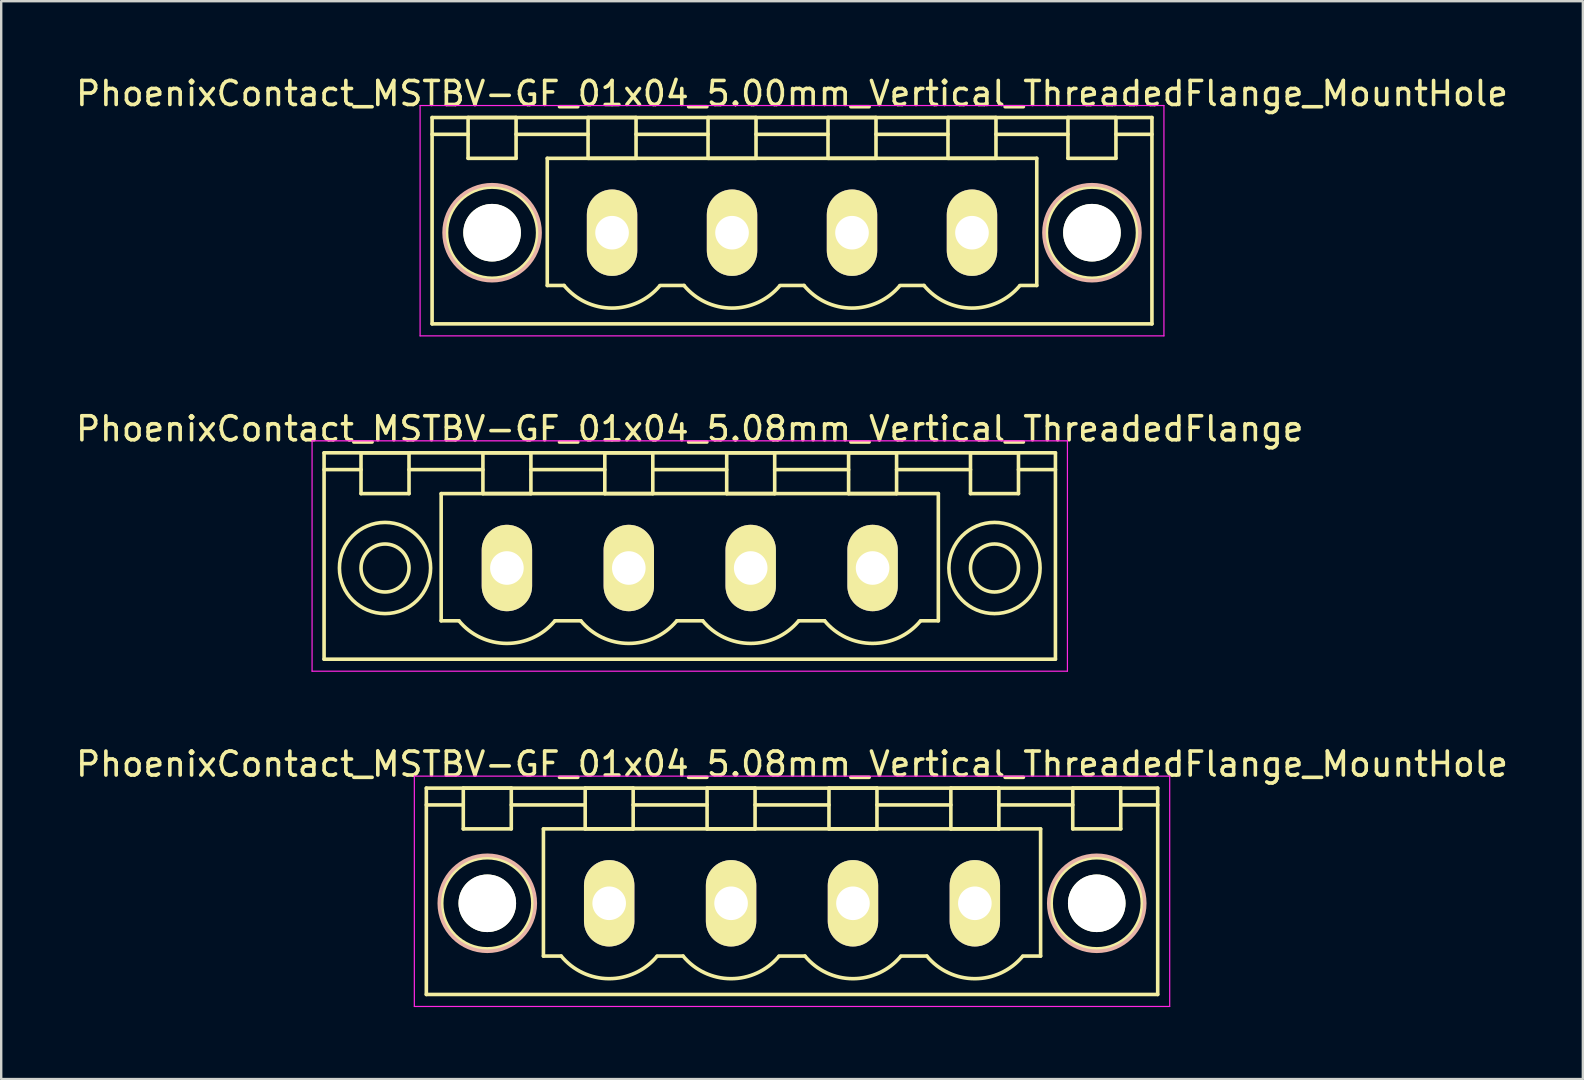
<source format=kicad_pcb>
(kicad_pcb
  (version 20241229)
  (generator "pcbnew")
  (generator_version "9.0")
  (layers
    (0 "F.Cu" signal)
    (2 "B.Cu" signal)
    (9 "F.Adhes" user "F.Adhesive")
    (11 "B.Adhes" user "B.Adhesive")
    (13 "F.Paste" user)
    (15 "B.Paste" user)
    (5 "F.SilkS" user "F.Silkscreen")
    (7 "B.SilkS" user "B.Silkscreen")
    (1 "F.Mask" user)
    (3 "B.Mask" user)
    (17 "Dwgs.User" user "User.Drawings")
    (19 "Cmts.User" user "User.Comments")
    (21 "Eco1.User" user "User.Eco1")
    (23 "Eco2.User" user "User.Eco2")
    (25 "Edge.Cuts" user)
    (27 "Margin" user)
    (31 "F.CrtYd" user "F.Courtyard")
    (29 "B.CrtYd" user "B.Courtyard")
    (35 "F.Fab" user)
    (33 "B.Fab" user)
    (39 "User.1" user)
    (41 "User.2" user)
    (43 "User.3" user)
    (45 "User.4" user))
  (footprint "PhoenixContact_MSTBV-GF_01x04_5.00mm_Vertical_ThreadedFlange_MountHole"
    (layer "F.Cu")
    (at 22.458 6.648)
    (property "Reference" "PhoenixContact_MSTBV-GF_01x04_5.00mm_Vertical_ThreadedFlange_MountHole" (at 7.5 -5.8 0) (layer "F.SilkS") (effects (font (size 1 1) (thickness 0.15))))
    (attr through_hole)
    (fp_line (start -7.5 -4.8) (end -7.5 3.8) (stroke (width 0.15) (type solid)) (layer "F.SilkS"))
    (fp_line (start -7.5 -4.1) (end -6 -4.1) (stroke (width 0.15) (type solid)) (layer "F.SilkS"))
    (fp_line (start -7.5 3.8) (end 22.5 3.8) (stroke (width 0.15) (type solid)) (layer "F.SilkS"))
    (fp_line (start -6 -4.8) (end -4 -4.8) (stroke (width 0.15) (type solid)) (layer "F.SilkS"))
    (fp_line (start -6 -3.1) (end -6 -4.8) (stroke (width 0.15) (type solid)) (layer "F.SilkS"))
    (fp_line (start -4 -4.8) (end -4 -3.1) (stroke (width 0.15) (type solid)) (layer "F.SilkS"))
    (fp_line (start -4 -4.1) (end -1 -4.1) (stroke (width 0.15) (type solid)) (layer "F.SilkS"))
    (fp_line (start -4 -3.1) (end -6 -3.1) (stroke (width 0.15) (type solid)) (layer "F.SilkS"))
    (fp_line (start -2.7 -3.1) (end 17.7 -3.1) (stroke (width 0.15) (type solid)) (layer "F.SilkS"))
    (fp_line (start -2.7 2.2) (end -2.7 -3.1) (stroke (width 0.15) (type solid)) (layer "F.SilkS"))
    (fp_line (start -2 2.2) (end -2.7 2.2) (stroke (width 0.15) (type solid)) (layer "F.SilkS"))
    (fp_line (start -1 -4.8) (end 1 -4.8) (stroke (width 0.15) (type solid)) (layer "F.SilkS"))
    (fp_line (start -1 -3.1) (end -1 -4.8) (stroke (width 0.15) (type solid)) (layer "F.SilkS"))
    (fp_line (start 1 -4.8) (end 1 -3.1) (stroke (width 0.15) (type solid)) (layer "F.SilkS"))
    (fp_line (start 1 -4.1) (end 4 -4.1) (stroke (width 0.15) (type solid)) (layer "F.SilkS"))
    (fp_line (start 1 -3.1) (end -1 -3.1) (stroke (width 0.15) (type solid)) (layer "F.SilkS"))
    (fp_line (start 2 2.2) (end 3 2.2) (stroke (width 0.15) (type solid)) (layer "F.SilkS"))
    (fp_line (start 4 -4.8) (end 6 -4.8) (stroke (width 0.15) (type solid)) (layer "F.SilkS"))
    (fp_line (start 4 -3.1) (end 4 -4.8) (stroke (width 0.15) (type solid)) (layer "F.SilkS"))
    (fp_line (start 6 -4.8) (end 6 -3.1) (stroke (width 0.15) (type solid)) (layer "F.SilkS"))
    (fp_line (start 6 -4.1) (end 9 -4.1) (stroke (width 0.15) (type solid)) (layer "F.SilkS"))
    (fp_line (start 6 -3.1) (end 4 -3.1) (stroke (width 0.15) (type solid)) (layer "F.SilkS"))
    (fp_line (start 7 2.2) (end 8 2.2) (stroke (width 0.15) (type solid)) (layer "F.SilkS"))
    (fp_line (start 9 -4.8) (end 11 -4.8) (stroke (width 0.15) (type solid)) (layer "F.SilkS"))
    (fp_line (start 9 -3.1) (end 9 -4.8) (stroke (width 0.15) (type solid)) (layer "F.SilkS"))
    (fp_line (start 11 -4.8) (end 11 -3.1) (stroke (width 0.15) (type solid)) (layer "F.SilkS"))
    (fp_line (start 11 -4.1) (end 14 -4.1) (stroke (width 0.15) (type solid)) (layer "F.SilkS"))
    (fp_line (start 11 -3.1) (end 9 -3.1) (stroke (width 0.15) (type solid)) (layer "F.SilkS"))
    (fp_line (start 12 2.2) (end 13 2.2) (stroke (width 0.15) (type solid)) (layer "F.SilkS"))
    (fp_line (start 14 -4.8) (end 16 -4.8) (stroke (width 0.15) (type solid)) (layer "F.SilkS"))
    (fp_line (start 14 -3.1) (end 14 -4.8) (stroke (width 0.15) (type solid)) (layer "F.SilkS"))
    (fp_line (start 16 -4.8) (end 16 -3.1) (stroke (width 0.15) (type solid)) (layer "F.SilkS"))
    (fp_line (start 16 -4.1) (end 19 -4.1) (stroke (width 0.15) (type solid)) (layer "F.SilkS"))
    (fp_line (start 16 -3.1) (end 14 -3.1) (stroke (width 0.15) (type solid)) (layer "F.SilkS"))
    (fp_line (start 17.7 -3.1) (end 17.7 2.2) (stroke (width 0.15) (type solid)) (layer "F.SilkS"))
    (fp_line (start 17.7 2.2) (end 17 2.2) (stroke (width 0.15) (type solid)) (layer "F.SilkS"))
    (fp_line (start 19 -4.8) (end 21 -4.8) (stroke (width 0.15) (type solid)) (layer "F.SilkS"))
    (fp_line (start 19 -3.1) (end 19 -4.8) (stroke (width 0.15) (type solid)) (layer "F.SilkS"))
    (fp_line (start 21 -4.8) (end 21 -3.1) (stroke (width 0.15) (type solid)) (layer "F.SilkS"))
    (fp_line (start 21 -3.1) (end 19 -3.1) (stroke (width 0.15) (type solid)) (layer "F.SilkS"))
    (fp_line (start 22.5 -4.8) (end -7.5 -4.8) (stroke (width 0.15) (type solid)) (layer "F.SilkS"))
    (fp_line (start 22.5 -4.1) (end 21 -4.1) (stroke (width 0.15) (type solid)) (layer "F.SilkS"))
    (fp_line (start 22.5 3.8) (end 22.5 -4.8) (stroke (width 0.15) (type solid)) (layer "F.SilkS"))
    (fp_arc (start 1.986842 2.215821) (mid -0.010289 3.142758) (end -2 2.2) (stroke (width 0.15) (type solid)) (layer "F.SilkS"))
    (fp_arc (start 6.986842 2.215821) (mid 4.989711 3.142758) (end 3 2.2) (stroke (width 0.15) (type solid)) (layer "F.SilkS"))
    (fp_arc (start 11.986842 2.215821) (mid 9.989711 3.142758) (end 8 2.2) (stroke (width 0.15) (type solid)) (layer "F.SilkS"))
    (fp_arc (start 16.986842 2.215821) (mid 14.989711 3.142758) (end 13 2.2) (stroke (width 0.15) (type solid)) (layer "F.SilkS"))
    (fp_circle (center -5 0) (end -4 0) (stroke (width 0.15) (type solid)) (fill no) (layer "F.SilkS"))
    (fp_circle (center -5 0) (end -3.1 0) (stroke (width 0.15) (type solid)) (fill no) (layer "F.SilkS"))
    (fp_circle (center 20 0) (end 21 0) (stroke (width 0.15) (type solid)) (fill no) (layer "F.SilkS"))
    (fp_circle (center 20 0) (end 21.9 0) (stroke (width 0.15) (type solid)) (fill no) (layer "F.SilkS"))
    (fp_circle (center -5 0) (end -3 0) (stroke (width 0.15) (type solid)) (fill no) (layer "B.SilkS"))
    (fp_circle (center 20 0) (end 22 0) (stroke (width 0.15) (type solid)) (fill no) (layer "B.SilkS"))
    (fp_line (start -8 -5.3) (end -8 4.3) (stroke (width 0.05) (type solid)) (layer "F.CrtYd"))
    (fp_line (start -8 4.3) (end 23 4.3) (stroke (width 0.05) (type solid)) (layer "F.CrtYd"))
    (fp_line (start 23 -5.3) (end -8 -5.3) (stroke (width 0.05) (type solid)) (layer "F.CrtYd"))
    (fp_line (start 23 4.3) (end 23 -5.3) (stroke (width 0.05) (type solid)) (layer "F.CrtYd"))
    (pad "" np_thru_hole circle (at -5 0) (size 2.4 2.4) (drill 2.4) (layers "*.Cu" "*.Mask" "F.SilkS"))
    (pad "" np_thru_hole circle (at 20 0) (size 2.4 2.4) (drill 2.4) (layers "*.Cu" "*.Mask" "F.SilkS"))
    (pad "1" thru_hole oval (at 0 0) (size 2.1 3.6) (drill 1.4) (layers "*.Cu" "*.Mask" "F.SilkS"))
    (pad "2" thru_hole oval (at 5 0) (size 2.1 3.6) (drill 1.4) (layers "*.Cu" "*.Mask" "F.SilkS"))
    (pad "3" thru_hole oval (at 10 0) (size 2.1 3.6) (drill 1.4) (layers "*.Cu" "*.Mask" "F.SilkS"))
    (pad "4" thru_hole oval (at 15 0) (size 2.1 3.6) (drill 1.4) (layers "*.Cu" "*.Mask" "F.SilkS")))
  (footprint "PhoenixContact_MSTBV-GF_01x04_5.08mm_Vertical_ThreadedFlange_MountHole"
    (layer "F.Cu")
    (at 22.338 34.595)
    (property "Reference" "PhoenixContact_MSTBV-GF_01x04_5.08mm_Vertical_ThreadedFlange_MountHole" (at 7.62 -5.8 0) (layer "F.SilkS") (effects (font (size 1 1) (thickness 0.15))))
    (attr through_hole)
    (fp_line (start -7.62 -4.8) (end -7.62 3.8) (stroke (width 0.15) (type solid)) (layer "F.SilkS"))
    (fp_line (start -7.62 -4.1) (end -6.08 -4.1) (stroke (width 0.15) (type solid)) (layer "F.SilkS"))
    (fp_line (start -7.62 3.8) (end 22.86 3.8) (stroke (width 0.15) (type solid)) (layer "F.SilkS"))
    (fp_line (start -6.08 -4.8) (end -4.08 -4.8) (stroke (width 0.15) (type solid)) (layer "F.SilkS"))
    (fp_line (start -6.08 -3.1) (end -6.08 -4.8) (stroke (width 0.15) (type solid)) (layer "F.SilkS"))
    (fp_line (start -4.08 -4.8) (end -4.08 -3.1) (stroke (width 0.15) (type solid)) (layer "F.SilkS"))
    (fp_line (start -4.08 -4.1) (end -1 -4.1) (stroke (width 0.15) (type solid)) (layer "F.SilkS"))
    (fp_line (start -4.08 -3.1) (end -6.08 -3.1) (stroke (width 0.15) (type solid)) (layer "F.SilkS"))
    (fp_line (start -2.74 -3.1) (end 17.98 -3.1) (stroke (width 0.15) (type solid)) (layer "F.SilkS"))
    (fp_line (start -2.74 2.2) (end -2.74 -3.1) (stroke (width 0.15) (type solid)) (layer "F.SilkS"))
    (fp_line (start -2 2.2) (end -2.74 2.2) (stroke (width 0.15) (type solid)) (layer "F.SilkS"))
    (fp_line (start -1 -4.8) (end 1 -4.8) (stroke (width 0.15) (type solid)) (layer "F.SilkS"))
    (fp_line (start -1 -3.1) (end -1 -4.8) (stroke (width 0.15) (type solid)) (layer "F.SilkS"))
    (fp_line (start 1 -4.8) (end 1 -3.1) (stroke (width 0.15) (type solid)) (layer "F.SilkS"))
    (fp_line (start 1 -4.1) (end 4.08 -4.1) (stroke (width 0.15) (type solid)) (layer "F.SilkS"))
    (fp_line (start 1 -3.1) (end -1 -3.1) (stroke (width 0.15) (type solid)) (layer "F.SilkS"))
    (fp_line (start 2 2.2) (end 3.08 2.2) (stroke (width 0.15) (type solid)) (layer "F.SilkS"))
    (fp_line (start 4.08 -4.8) (end 6.08 -4.8) (stroke (width 0.15) (type solid)) (layer "F.SilkS"))
    (fp_line (start 4.08 -3.1) (end 4.08 -4.8) (stroke (width 0.15) (type solid)) (layer "F.SilkS"))
    (fp_line (start 6.08 -4.8) (end 6.08 -3.1) (stroke (width 0.15) (type solid)) (layer "F.SilkS"))
    (fp_line (start 6.08 -4.1) (end 9.16 -4.1) (stroke (width 0.15) (type solid)) (layer "F.SilkS"))
    (fp_line (start 6.08 -3.1) (end 4.08 -3.1) (stroke (width 0.15) (type solid)) (layer "F.SilkS"))
    (fp_line (start 7.08 2.2) (end 8.16 2.2) (stroke (width 0.15) (type solid)) (layer "F.SilkS"))
    (fp_line (start 9.16 -4.8) (end 11.16 -4.8) (stroke (width 0.15) (type solid)) (layer "F.SilkS"))
    (fp_line (start 9.16 -3.1) (end 9.16 -4.8) (stroke (width 0.15) (type solid)) (layer "F.SilkS"))
    (fp_line (start 11.16 -4.8) (end 11.16 -3.1) (stroke (width 0.15) (type solid)) (layer "F.SilkS"))
    (fp_line (start 11.16 -4.1) (end 14.24 -4.1) (stroke (width 0.15) (type solid)) (layer "F.SilkS"))
    (fp_line (start 11.16 -3.1) (end 9.16 -3.1) (stroke (width 0.15) (type solid)) (layer "F.SilkS"))
    (fp_line (start 12.16 2.2) (end 13.24 2.2) (stroke (width 0.15) (type solid)) (layer "F.SilkS"))
    (fp_line (start 14.24 -4.8) (end 16.24 -4.8) (stroke (width 0.15) (type solid)) (layer "F.SilkS"))
    (fp_line (start 14.24 -3.1) (end 14.24 -4.8) (stroke (width 0.15) (type solid)) (layer "F.SilkS"))
    (fp_line (start 16.24 -4.8) (end 16.24 -3.1) (stroke (width 0.15) (type solid)) (layer "F.SilkS"))
    (fp_line (start 16.24 -4.1) (end 19.32 -4.1) (stroke (width 0.15) (type solid)) (layer "F.SilkS"))
    (fp_line (start 16.24 -3.1) (end 14.24 -3.1) (stroke (width 0.15) (type solid)) (layer "F.SilkS"))
    (fp_line (start 17.98 -3.1) (end 17.98 2.2) (stroke (width 0.15) (type solid)) (layer "F.SilkS"))
    (fp_line (start 17.98 2.2) (end 17.24 2.2) (stroke (width 0.15) (type solid)) (layer "F.SilkS"))
    (fp_line (start 19.32 -4.8) (end 21.32 -4.8) (stroke (width 0.15) (type solid)) (layer "F.SilkS"))
    (fp_line (start 19.32 -3.1) (end 19.32 -4.8) (stroke (width 0.15) (type solid)) (layer "F.SilkS"))
    (fp_line (start 21.32 -4.8) (end 21.32 -3.1) (stroke (width 0.15) (type solid)) (layer "F.SilkS"))
    (fp_line (start 21.32 -3.1) (end 19.32 -3.1) (stroke (width 0.15) (type solid)) (layer "F.SilkS"))
    (fp_line (start 22.86 -4.8) (end -7.62 -4.8) (stroke (width 0.15) (type solid)) (layer "F.SilkS"))
    (fp_line (start 22.86 -4.1) (end 21.32 -4.1) (stroke (width 0.15) (type solid)) (layer "F.SilkS"))
    (fp_line (start 22.86 3.8) (end 22.86 -4.8) (stroke (width 0.15) (type solid)) (layer "F.SilkS"))
    (fp_arc (start 1.986842 2.215821) (mid -0.010289 3.142758) (end -2 2.2) (stroke (width 0.15) (type solid)) (layer "F.SilkS"))
    (fp_arc (start 7.066842 2.215821) (mid 5.069711 3.142758) (end 3.08 2.2) (stroke (width 0.15) (type solid)) (layer "F.SilkS"))
    (fp_arc (start 12.146842 2.215821) (mid 10.149711 3.142758) (end 8.16 2.2) (stroke (width 0.15) (type solid)) (layer "F.SilkS"))
    (fp_arc (start 17.226842 2.215821) (mid 15.229711 3.142758) (end 13.24 2.2) (stroke (width 0.15) (type solid)) (layer "F.SilkS"))
    (fp_circle (center -5.08 0) (end -4.08 0) (stroke (width 0.15) (type solid)) (fill no) (layer "F.SilkS"))
    (fp_circle (center -5.08 0) (end -3.18 0) (stroke (width 0.15) (type solid)) (fill no) (layer "F.SilkS"))
    (fp_circle (center 20.32 0) (end 21.32 0) (stroke (width 0.15) (type solid)) (fill no) (layer "F.SilkS"))
    (fp_circle (center 20.32 0) (end 22.22 0) (stroke (width 0.15) (type solid)) (fill no) (layer "F.SilkS"))
    (fp_circle (center -5.08 0) (end -3.08 0) (stroke (width 0.15) (type solid)) (fill no) (layer "B.SilkS"))
    (fp_circle (center 20.32 0) (end 22.32 0) (stroke (width 0.15) (type solid)) (fill no) (layer "B.SilkS"))
    (fp_line (start -8.12 -5.3) (end -8.12 4.3) (stroke (width 0.05) (type solid)) (layer "F.CrtYd"))
    (fp_line (start -8.12 4.3) (end 23.36 4.3) (stroke (width 0.05) (type solid)) (layer "F.CrtYd"))
    (fp_line (start 23.36 -5.3) (end -8.12 -5.3) (stroke (width 0.05) (type solid)) (layer "F.CrtYd"))
    (fp_line (start 23.36 4.3) (end 23.36 -5.3) (stroke (width 0.05) (type solid)) (layer "F.CrtYd"))
    (pad "" np_thru_hole circle (at -5.08 0) (size 2.4 2.4) (drill 2.4) (layers "*.Cu" "*.Mask" "F.SilkS"))
    (pad "" np_thru_hole circle (at 20.32 0) (size 2.4 2.4) (drill 2.4) (layers "*.Cu" "*.Mask" "F.SilkS"))
    (pad "1" thru_hole oval (at 0 0) (size 2.1 3.6) (drill 1.4) (layers "*.Cu" "*.Mask" "F.SilkS"))
    (pad "2" thru_hole oval (at 5.08 0) (size 2.1 3.6) (drill 1.4) (layers "*.Cu" "*.Mask" "F.SilkS"))
    (pad "3" thru_hole oval (at 10.16 0) (size 2.1 3.6) (drill 1.4) (layers "*.Cu" "*.Mask" "F.SilkS"))
    (pad "4" thru_hole oval (at 15.24 0) (size 2.1 3.6) (drill 1.4) (layers "*.Cu" "*.Mask" "F.SilkS")))
  (footprint "PhoenixContact_MSTBV-GF_01x04_5.08mm_Vertical_ThreadedFlange"
    (layer "F.Cu")
    (at 18.076 20.622)
    (property "Reference" "PhoenixContact_MSTBV-GF_01x04_5.08mm_Vertical_ThreadedFlange" (at 7.62 -5.8 0) (layer "F.SilkS") (effects (font (size 1 1) (thickness 0.15))))
    (attr through_hole)
    (fp_line (start -7.62 -4.8) (end -7.62 3.8) (stroke (width 0.15) (type solid)) (layer "F.SilkS"))
    (fp_line (start -7.62 -4.1) (end -6.08 -4.1) (stroke (width 0.15) (type solid)) (layer "F.SilkS"))
    (fp_line (start -7.62 3.8) (end 22.86 3.8) (stroke (width 0.15) (type solid)) (layer "F.SilkS"))
    (fp_line (start -6.08 -4.8) (end -4.08 -4.8) (stroke (width 0.15) (type solid)) (layer "F.SilkS"))
    (fp_line (start -6.08 -3.1) (end -6.08 -4.8) (stroke (width 0.15) (type solid)) (layer "F.SilkS"))
    (fp_line (start -4.08 -4.8) (end -4.08 -3.1) (stroke (width 0.15) (type solid)) (layer "F.SilkS"))
    (fp_line (start -4.08 -4.1) (end -1 -4.1) (stroke (width 0.15) (type solid)) (layer "F.SilkS"))
    (fp_line (start -4.08 -3.1) (end -6.08 -3.1) (stroke (width 0.15) (type solid)) (layer "F.SilkS"))
    (fp_line (start -2.74 -3.1) (end 17.98 -3.1) (stroke (width 0.15) (type solid)) (layer "F.SilkS"))
    (fp_line (start -2.74 2.2) (end -2.74 -3.1) (stroke (width 0.15) (type solid)) (layer "F.SilkS"))
    (fp_line (start -2 2.2) (end -2.74 2.2) (stroke (width 0.15) (type solid)) (layer "F.SilkS"))
    (fp_line (start -1 -4.8) (end 1 -4.8) (stroke (width 0.15) (type solid)) (layer "F.SilkS"))
    (fp_line (start -1 -3.1) (end -1 -4.8) (stroke (width 0.15) (type solid)) (layer "F.SilkS"))
    (fp_line (start 1 -4.8) (end 1 -3.1) (stroke (width 0.15) (type solid)) (layer "F.SilkS"))
    (fp_line (start 1 -4.1) (end 4.08 -4.1) (stroke (width 0.15) (type solid)) (layer "F.SilkS"))
    (fp_line (start 1 -3.1) (end -1 -3.1) (stroke (width 0.15) (type solid)) (layer "F.SilkS"))
    (fp_line (start 2 2.2) (end 3.08 2.2) (stroke (width 0.15) (type solid)) (layer "F.SilkS"))
    (fp_line (start 4.08 -4.8) (end 6.08 -4.8) (stroke (width 0.15) (type solid)) (layer "F.SilkS"))
    (fp_line (start 4.08 -3.1) (end 4.08 -4.8) (stroke (width 0.15) (type solid)) (layer "F.SilkS"))
    (fp_line (start 6.08 -4.8) (end 6.08 -3.1) (stroke (width 0.15) (type solid)) (layer "F.SilkS"))
    (fp_line (start 6.08 -4.1) (end 9.16 -4.1) (stroke (width 0.15) (type solid)) (layer "F.SilkS"))
    (fp_line (start 6.08 -3.1) (end 4.08 -3.1) (stroke (width 0.15) (type solid)) (layer "F.SilkS"))
    (fp_line (start 7.08 2.2) (end 8.16 2.2) (stroke (width 0.15) (type solid)) (layer "F.SilkS"))
    (fp_line (start 9.16 -4.8) (end 11.16 -4.8) (stroke (width 0.15) (type solid)) (layer "F.SilkS"))
    (fp_line (start 9.16 -3.1) (end 9.16 -4.8) (stroke (width 0.15) (type solid)) (layer "F.SilkS"))
    (fp_line (start 11.16 -4.8) (end 11.16 -3.1) (stroke (width 0.15) (type solid)) (layer "F.SilkS"))
    (fp_line (start 11.16 -4.1) (end 14.24 -4.1) (stroke (width 0.15) (type solid)) (layer "F.SilkS"))
    (fp_line (start 11.16 -3.1) (end 9.16 -3.1) (stroke (width 0.15) (type solid)) (layer "F.SilkS"))
    (fp_line (start 12.16 2.2) (end 13.24 2.2) (stroke (width 0.15) (type solid)) (layer "F.SilkS"))
    (fp_line (start 14.24 -4.8) (end 16.24 -4.8) (stroke (width 0.15) (type solid)) (layer "F.SilkS"))
    (fp_line (start 14.24 -3.1) (end 14.24 -4.8) (stroke (width 0.15) (type solid)) (layer "F.SilkS"))
    (fp_line (start 16.24 -4.8) (end 16.24 -3.1) (stroke (width 0.15) (type solid)) (layer "F.SilkS"))
    (fp_line (start 16.24 -4.1) (end 19.32 -4.1) (stroke (width 0.15) (type solid)) (layer "F.SilkS"))
    (fp_line (start 16.24 -3.1) (end 14.24 -3.1) (stroke (width 0.15) (type solid)) (layer "F.SilkS"))
    (fp_line (start 17.98 -3.1) (end 17.98 2.2) (stroke (width 0.15) (type solid)) (layer "F.SilkS"))
    (fp_line (start 17.98 2.2) (end 17.24 2.2) (stroke (width 0.15) (type solid)) (layer "F.SilkS"))
    (fp_line (start 19.32 -4.8) (end 21.32 -4.8) (stroke (width 0.15) (type solid)) (layer "F.SilkS"))
    (fp_line (start 19.32 -3.1) (end 19.32 -4.8) (stroke (width 0.15) (type solid)) (layer "F.SilkS"))
    (fp_line (start 21.32 -4.8) (end 21.32 -3.1) (stroke (width 0.15) (type solid)) (layer "F.SilkS"))
    (fp_line (start 21.32 -3.1) (end 19.32 -3.1) (stroke (width 0.15) (type solid)) (layer "F.SilkS"))
    (fp_line (start 22.86 -4.8) (end -7.62 -4.8) (stroke (width 0.15) (type solid)) (layer "F.SilkS"))
    (fp_line (start 22.86 -4.1) (end 21.32 -4.1) (stroke (width 0.15) (type solid)) (layer "F.SilkS"))
    (fp_line (start 22.86 3.8) (end 22.86 -4.8) (stroke (width 0.15) (type solid)) (layer "F.SilkS"))
    (fp_arc (start 1.986842 2.215821) (mid -0.010289 3.142758) (end -2 2.2) (stroke (width 0.15) (type solid)) (layer "F.SilkS"))
    (fp_arc (start 7.066842 2.215821) (mid 5.069711 3.142758) (end 3.08 2.2) (stroke (width 0.15) (type solid)) (layer "F.SilkS"))
    (fp_arc (start 12.146842 2.215821) (mid 10.149711 3.142758) (end 8.16 2.2) (stroke (width 0.15) (type solid)) (layer "F.SilkS"))
    (fp_arc (start 17.226842 2.215821) (mid 15.229711 3.142758) (end 13.24 2.2) (stroke (width 0.15) (type solid)) (layer "F.SilkS"))
    (fp_circle (center -5.08 0) (end -4.08 0) (stroke (width 0.15) (type solid)) (fill no) (layer "F.SilkS"))
    (fp_circle (center -5.08 0) (end -3.18 0) (stroke (width 0.15) (type solid)) (fill no) (layer "F.SilkS"))
    (fp_circle (center 20.32 0) (end 21.32 0) (stroke (width 0.15) (type solid)) (fill no) (layer "F.SilkS"))
    (fp_circle (center 20.32 0) (end 22.22 0) (stroke (width 0.15) (type solid)) (fill no) (layer "F.SilkS"))
    (fp_line (start -8.12 -5.3) (end -8.12 4.3) (stroke (width 0.05) (type solid)) (layer "F.CrtYd"))
    (fp_line (start -8.12 4.3) (end 23.36 4.3) (stroke (width 0.05) (type solid)) (layer "F.CrtYd"))
    (fp_line (start 23.36 -5.3) (end -8.12 -5.3) (stroke (width 0.05) (type solid)) (layer "F.CrtYd"))
    (fp_line (start 23.36 4.3) (end 23.36 -5.3) (stroke (width 0.05) (type solid)) (layer "F.CrtYd"))
    (pad "1" thru_hole oval (at 0 0) (size 2.1 3.6) (drill 1.4) (layers "*.Cu" "*.Mask" "F.SilkS"))
    (pad "2" thru_hole oval (at 5.08 0) (size 2.1 3.6) (drill 1.4) (layers "*.Cu" "*.Mask" "F.SilkS"))
    (pad "3" thru_hole oval (at 10.16 0) (size 2.1 3.6) (drill 1.4) (layers "*.Cu" "*.Mask" "F.SilkS"))
    (pad "4" thru_hole oval (at 15.24 0) (size 2.1 3.6) (drill 1.4) (layers "*.Cu" "*.Mask" "F.SilkS")))
  (gr_rect
    (start -3 -3)
    (end 62.917 41.92)
    (stroke (width 0.1) (type default))
    (fill no)
    (layer "Edge.Cuts")))
</source>
